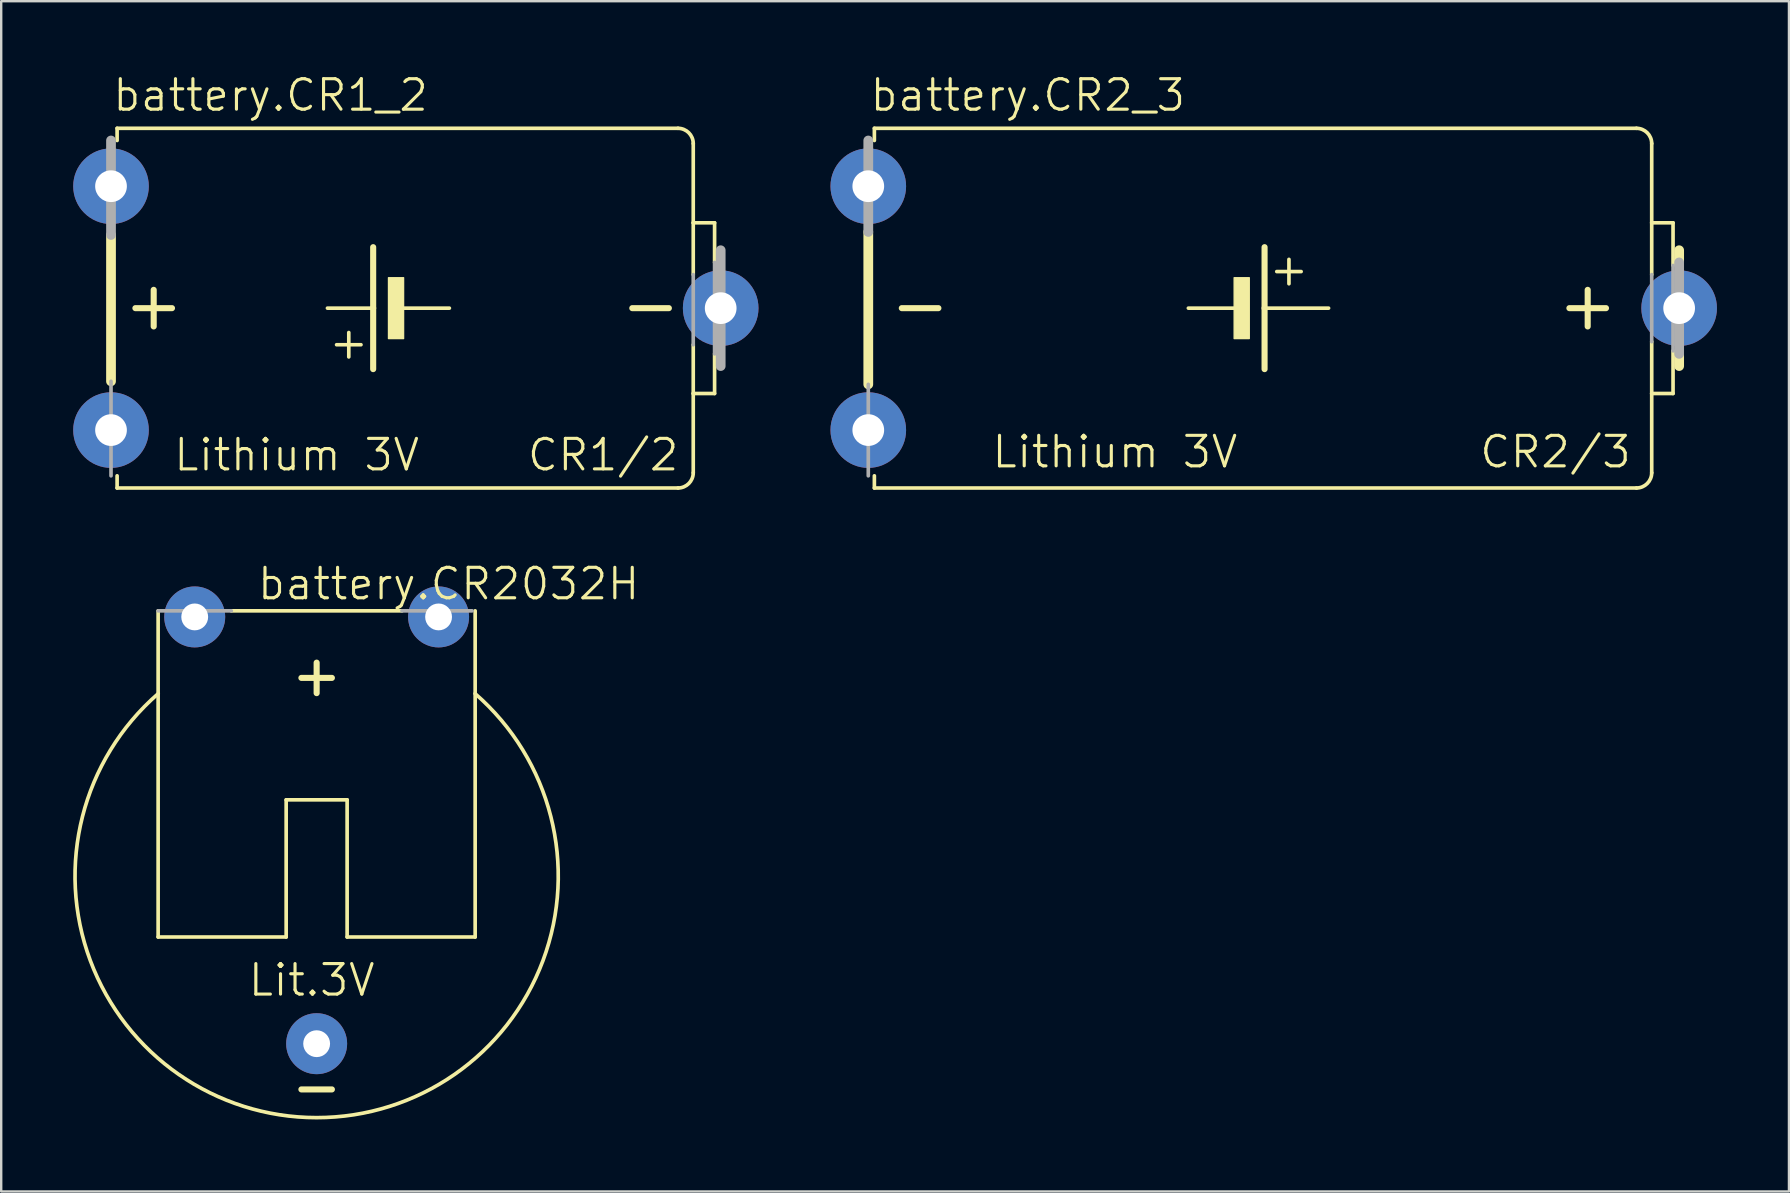
<source format=kicad_pcb>
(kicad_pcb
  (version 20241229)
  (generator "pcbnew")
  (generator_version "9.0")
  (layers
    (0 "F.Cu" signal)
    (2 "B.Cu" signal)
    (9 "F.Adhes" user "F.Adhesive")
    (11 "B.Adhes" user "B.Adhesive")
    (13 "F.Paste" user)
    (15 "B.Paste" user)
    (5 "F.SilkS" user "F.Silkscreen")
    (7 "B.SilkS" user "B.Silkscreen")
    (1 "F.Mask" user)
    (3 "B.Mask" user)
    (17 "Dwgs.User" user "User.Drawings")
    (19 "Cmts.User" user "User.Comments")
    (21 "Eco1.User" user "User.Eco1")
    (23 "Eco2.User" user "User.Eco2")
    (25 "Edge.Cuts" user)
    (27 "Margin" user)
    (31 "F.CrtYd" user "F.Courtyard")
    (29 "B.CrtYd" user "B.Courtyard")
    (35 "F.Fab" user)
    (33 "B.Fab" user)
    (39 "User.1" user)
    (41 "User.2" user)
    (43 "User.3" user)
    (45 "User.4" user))
  (footprint "battery.CR2_3"
    (layer "F.Cu")
    (at 48.364 9.788)
    (property "Reference" "battery.CR2_3" (at -15.24 -8.128 0) (layer "F.SilkS") (effects (font (size 1.27 1.27) (thickness 0.13)) (justify left bottom)))
    (attr through_hole)
    (fp_line (start -15.24 3.175) (end -15.24 -3.175) (stroke (width 0.406) (type default)) (layer "F.SilkS"))
    (fp_line (start -14.986 -6.985) (end -14.986 -7.493) (stroke (width 0.152) (type default)) (layer "F.SilkS"))
    (fp_line (start -14.986 7.493) (end -14.986 6.985) (stroke (width 0.152) (type default)) (layer "F.SilkS"))
    (fp_line (start -12.319 0) (end -13.843 0) (stroke (width 0.254) (type default)) (layer "F.SilkS"))
    (fp_line (start -1.905 0) (end 0 0) (stroke (width 0.152) (type default)) (layer "F.SilkS"))
    (fp_line (start 1.27 -2.54) (end 1.27 0) (stroke (width 0.254) (type default)) (layer "F.SilkS"))
    (fp_line (start 1.27 0) (end 1.27 2.54) (stroke (width 0.254) (type default)) (layer "F.SilkS"))
    (fp_line (start 1.27 0) (end 3.937 0) (stroke (width 0.152) (type default)) (layer "F.SilkS"))
    (fp_line (start 1.778 -1.524) (end 2.794 -1.524) (stroke (width 0.152) (type default)) (layer "F.SilkS"))
    (fp_line (start 2.286 -2.032) (end 2.286 -1.016) (stroke (width 0.152) (type default)) (layer "F.SilkS"))
    (fp_line (start 14.732 -0.762) (end 14.732 0.762) (stroke (width 0.254) (type default)) (layer "F.SilkS"))
    (fp_line (start 15.494 0) (end 13.97 0) (stroke (width 0.254) (type default)) (layer "F.SilkS"))
    (fp_line (start 16.764 -7.493) (end -14.986 -7.493) (stroke (width 0.152) (type default)) (layer "F.SilkS"))
    (fp_line (start 16.764 7.493) (end -14.986 7.493) (stroke (width 0.152) (type default)) (layer "F.SilkS"))
    (fp_line (start 17.399 -3.556) (end 17.399 -6.858) (stroke (width 0.152) (type default)) (layer "F.SilkS"))
    (fp_line (start 17.399 -1.397) (end 17.399 -3.556) (stroke (width 0.152) (type default)) (layer "F.SilkS"))
    (fp_line (start 17.399 3.556) (end 17.399 1.397) (stroke (width 0.152) (type default)) (layer "F.SilkS"))
    (fp_line (start 17.399 6.858) (end 17.399 3.556) (stroke (width 0.152) (type default)) (layer "F.SilkS"))
    (fp_line (start 18.288 -3.556) (end 17.399 -3.556) (stroke (width 0.152) (type default)) (layer "F.SilkS"))
    (fp_line (start 18.288 -1.778) (end 18.288 -3.556) (stroke (width 0.152) (type default)) (layer "F.SilkS"))
    (fp_line (start 18.288 3.556) (end 17.399 3.556) (stroke (width 0.152) (type default)) (layer "F.SilkS"))
    (fp_line (start 18.288 3.556) (end 18.288 1.778) (stroke (width 0.152) (type default)) (layer "F.SilkS"))
    (fp_line (start 18.542 -1.905) (end 18.542 -2.413) (stroke (width 0.406) (type default)) (layer "F.SilkS"))
    (fp_line (start 18.542 2.413) (end 18.542 1.905) (stroke (width 0.406) (type default)) (layer "F.SilkS"))
    (fp_rect (start 0 1.27) (end 0.635 -1.27) (stroke (width 0.05) (type default)) (fill yes) (layer "F.SilkS"))
    (fp_arc (start 16.764 -7.493) (mid 17.213013 -7.307013) (end 17.399 -6.858) (stroke (width 0.1524) (type default)) (layer "F.SilkS"))
    (fp_arc (start 17.399 6.858) (mid 17.213013 7.307013) (end 16.764 7.493) (stroke (width 0.1524) (type default)) (layer "F.SilkS"))
    (fp_line (start -15.24 -3.175) (end -15.24 -6.985) (stroke (width 0.406) (type default)) (layer "F.Fab"))
    (fp_line (start -15.24 6.985) (end -15.24 3.175) (stroke (width 0.152) (type default)) (layer "F.Fab"))
    (fp_line (start 17.399 1.397) (end 17.399 -1.397) (stroke (width 0.152) (type default)) (layer "F.Fab"))
    (fp_line (start 18.288 1.778) (end 18.288 -1.778) (stroke (width 0.152) (type default)) (layer "F.Fab"))
    (fp_line (start 18.542 1.905) (end 18.542 -1.905) (stroke (width 0.406) (type default)) (layer "F.Fab"))
    (fp_text user "CR2/3" (at 10.16 6.731 0) (layer "F.SilkS") (effects (font (size 1.27 1.27) (thickness 0.13)) (justify left bottom)))
    (fp_text user "Lithium 3V" (at -10.16 6.731 0) (layer "F.SilkS") (effects (font (size 1.27 1.27) (thickness 0.13)) (justify left bottom)))
    (pad "+" thru_hole circle (at 18.542 0) (size 3.15 3.15) (drill 1.321) (layers "*.Cu" "*.Mask"))
    (pad "-@1" thru_hole circle (at -15.24 5.08) (size 3.15 3.15) (drill 1.321) (layers "*.Cu" "*.Mask"))
    (pad "-@2" thru_hole circle (at -15.24 -5.08) (size 3.15 3.15) (drill 1.321) (layers "*.Cu" "*.Mask")))
  (footprint "battery.CR1_2"
    (layer "F.Cu")
    (at 14.275 9.788)
    (property "Reference" "battery.CR1_2" (at -12.7 -8.128 0) (layer "F.SilkS") (effects (font (size 1.27 1.27) (thickness 0.13)) (justify left bottom)))
    (attr through_hole)
    (fp_line (start -12.7 3.048) (end -12.7 -3.048) (stroke (width 0.406) (type default)) (layer "F.SilkS"))
    (fp_line (start -12.446 -6.985) (end -12.446 -7.493) (stroke (width 0.152) (type default)) (layer "F.SilkS"))
    (fp_line (start -12.446 7.493) (end -12.446 6.985) (stroke (width 0.152) (type default)) (layer "F.SilkS"))
    (fp_line (start -11.684 0) (end -10.16 0) (stroke (width 0.254) (type default)) (layer "F.SilkS"))
    (fp_line (start -10.922 0.762) (end -10.922 -0.762) (stroke (width 0.254) (type default)) (layer "F.SilkS"))
    (fp_line (start -2.794 2.032) (end -2.794 1.016) (stroke (width 0.152) (type default)) (layer "F.SilkS"))
    (fp_line (start -2.286 1.524) (end -3.302 1.524) (stroke (width 0.152) (type default)) (layer "F.SilkS"))
    (fp_line (start -1.778 0) (end -3.683 0) (stroke (width 0.152) (type default)) (layer "F.SilkS"))
    (fp_line (start -1.778 0) (end -1.778 -2.54) (stroke (width 0.254) (type default)) (layer "F.SilkS"))
    (fp_line (start -1.778 2.54) (end -1.778 0) (stroke (width 0.254) (type default)) (layer "F.SilkS"))
    (fp_line (start 1.397 0) (end -0.508 0) (stroke (width 0.152) (type default)) (layer "F.SilkS"))
    (fp_line (start 9.017 0) (end 10.541 0) (stroke (width 0.254) (type default)) (layer "F.SilkS"))
    (fp_line (start 10.922 -7.493) (end -12.446 -7.493) (stroke (width 0.152) (type default)) (layer "F.SilkS"))
    (fp_line (start 10.922 7.493) (end -12.446 7.493) (stroke (width 0.152) (type default)) (layer "F.SilkS"))
    (fp_line (start 11.557 -3.556) (end 11.557 -6.858) (stroke (width 0.152) (type default)) (layer "F.SilkS"))
    (fp_line (start 11.557 -1.397) (end 11.557 -3.556) (stroke (width 0.152) (type default)) (layer "F.SilkS"))
    (fp_line (start 11.557 3.556) (end 11.557 1.524) (stroke (width 0.152) (type default)) (layer "F.SilkS"))
    (fp_line (start 11.557 6.858) (end 11.557 3.556) (stroke (width 0.152) (type default)) (layer "F.SilkS"))
    (fp_line (start 12.446 -3.556) (end 11.557 -3.556) (stroke (width 0.152) (type default)) (layer "F.SilkS"))
    (fp_line (start 12.446 -1.905) (end 12.446 -3.556) (stroke (width 0.152) (type default)) (layer "F.SilkS"))
    (fp_line (start 12.446 3.556) (end 11.557 3.556) (stroke (width 0.152) (type default)) (layer "F.SilkS"))
    (fp_line (start 12.446 3.556) (end 12.446 1.905) (stroke (width 0.152) (type default)) (layer "F.SilkS"))
    (fp_rect (start -1.143 1.27) (end -0.508 -1.27) (stroke (width 0.05) (type default)) (fill yes) (layer "F.SilkS"))
    (fp_arc (start 10.922 -7.493) (mid 11.371013 -7.307013) (end 11.557 -6.858) (stroke (width 0.1524) (type default)) (layer "F.SilkS"))
    (fp_arc (start 11.557 6.858) (mid 11.371013 7.307013) (end 10.922 7.493) (stroke (width 0.1524) (type default)) (layer "F.SilkS"))
    (fp_line (start -12.7 -3.048) (end -12.7 -6.985) (stroke (width 0.406) (type default)) (layer "F.Fab"))
    (fp_line (start -12.7 6.985) (end -12.7 3.048) (stroke (width 0.152) (type default)) (layer "F.Fab"))
    (fp_line (start 11.557 1.524) (end 11.557 -1.397) (stroke (width 0.152) (type default)) (layer "F.Fab"))
    (fp_line (start 12.446 1.905) (end 12.446 -1.905) (stroke (width 0.152) (type default)) (layer "F.Fab"))
    (fp_line (start 12.7 2.413) (end 12.7 -2.413) (stroke (width 0.406) (type default)) (layer "F.Fab"))
    (fp_text user "Lithium 3V" (at -10.16 6.858 0) (layer "F.SilkS") (effects (font (size 1.27 1.27) (thickness 0.13)) (justify left bottom)))
    (fp_text user "CR1/2" (at 4.572 6.858 0) (layer "F.SilkS") (effects (font (size 1.27 1.27) (thickness 0.13)) (justify left bottom)))
    (pad "+" thru_hole circle (at -12.7 5.08) (size 3.15 3.15) (drill 1.321) (layers "*.Cu" "*.Mask"))
    (pad "+@1" thru_hole circle (at -12.7 -5.08) (size 3.15 3.15) (drill 1.321) (layers "*.Cu" "*.Mask"))
    (pad "-" thru_hole circle (at 12.7 0) (size 3.15 3.15) (drill 1.321) (layers "*.Cu" "*.Mask")))
  (footprint "battery.CR2032H"
    (layer "F.Cu")
    (at 10.142 33.447)
    (property "Reference" "battery.CR2032H" (at -2.54 -11.43 0) (layer "F.SilkS") (effects (font (size 1.27 1.27) (thickness 0.13)) (justify left bottom)))
    (attr through_hole)
    (fp_line (start -6.604 -11.049) (end -6.604 2.54) (stroke (width 0.152) (type default)) (layer "F.SilkS"))
    (fp_line (start -6.604 2.54) (end -1.27 2.54) (stroke (width 0.152) (type default)) (layer "F.SilkS"))
    (fp_line (start -1.27 -3.175) (end -1.27 2.54) (stroke (width 0.152) (type default)) (layer "F.SilkS"))
    (fp_line (start -1.27 -3.175) (end 1.27 -3.175) (stroke (width 0.152) (type default)) (layer "F.SilkS"))
    (fp_line (start -0.635 -8.255) (end 0.635 -8.255) (stroke (width 0.254) (type default)) (layer "F.SilkS"))
    (fp_line (start -0.635 8.89) (end 0.635 8.89) (stroke (width 0.254) (type default)) (layer "F.SilkS"))
    (fp_line (start 0 -8.89) (end 0 -7.62) (stroke (width 0.254) (type default)) (layer "F.SilkS"))
    (fp_line (start 1.27 2.54) (end 1.27 -3.175) (stroke (width 0.152) (type default)) (layer "F.SilkS"))
    (fp_line (start 1.27 2.54) (end 6.604 2.54) (stroke (width 0.152) (type default)) (layer "F.SilkS"))
    (fp_line (start 3.556 -11.049) (end -3.556 -11.049) (stroke (width 0.152) (type default)) (layer "F.SilkS"))
    (fp_line (start 6.604 2.54) (end 6.604 -11.049) (stroke (width 0.152) (type default)) (layer "F.SilkS"))
    (fp_arc (start 6.6 -7.6) (mid 0 10.065782) (end -6.6 -7.6) (stroke (width 0.1524) (type default)) (layer "F.SilkS"))
    (fp_line (start -3.556 -11.049) (end -6.604 -11.049) (stroke (width 0.152) (type default)) (layer "F.Fab"))
    (fp_line (start 6.477 -11.049) (end 3.556 -11.049) (stroke (width 0.152) (type default)) (layer "F.Fab"))
    (fp_text user "Lit.3V" (at -2.921 5.08 0) (layer "F.SilkS") (effects (font (size 1.27 1.27) (thickness 0.13)) (justify left bottom)))
    (pad "+" thru_hole circle (at 5.08 -10.795) (size 2.54 2.54) (drill 1.118) (layers "*.Cu" "*.Mask"))
    (pad "+@1" thru_hole circle (at -5.08 -10.795) (size 2.54 2.54) (drill 1.118) (layers "*.Cu" "*.Mask"))
    (pad "-" thru_hole circle (at 0 6.985) (size 2.54 2.54) (drill 1.118) (layers "*.Cu" "*.Mask")))
  (gr_rect
    (start -3 -3)
    (end 71.481 46.589)
    (stroke (width 0.1) (type default))
    (fill no)
    (layer "Edge.Cuts")))
</source>
